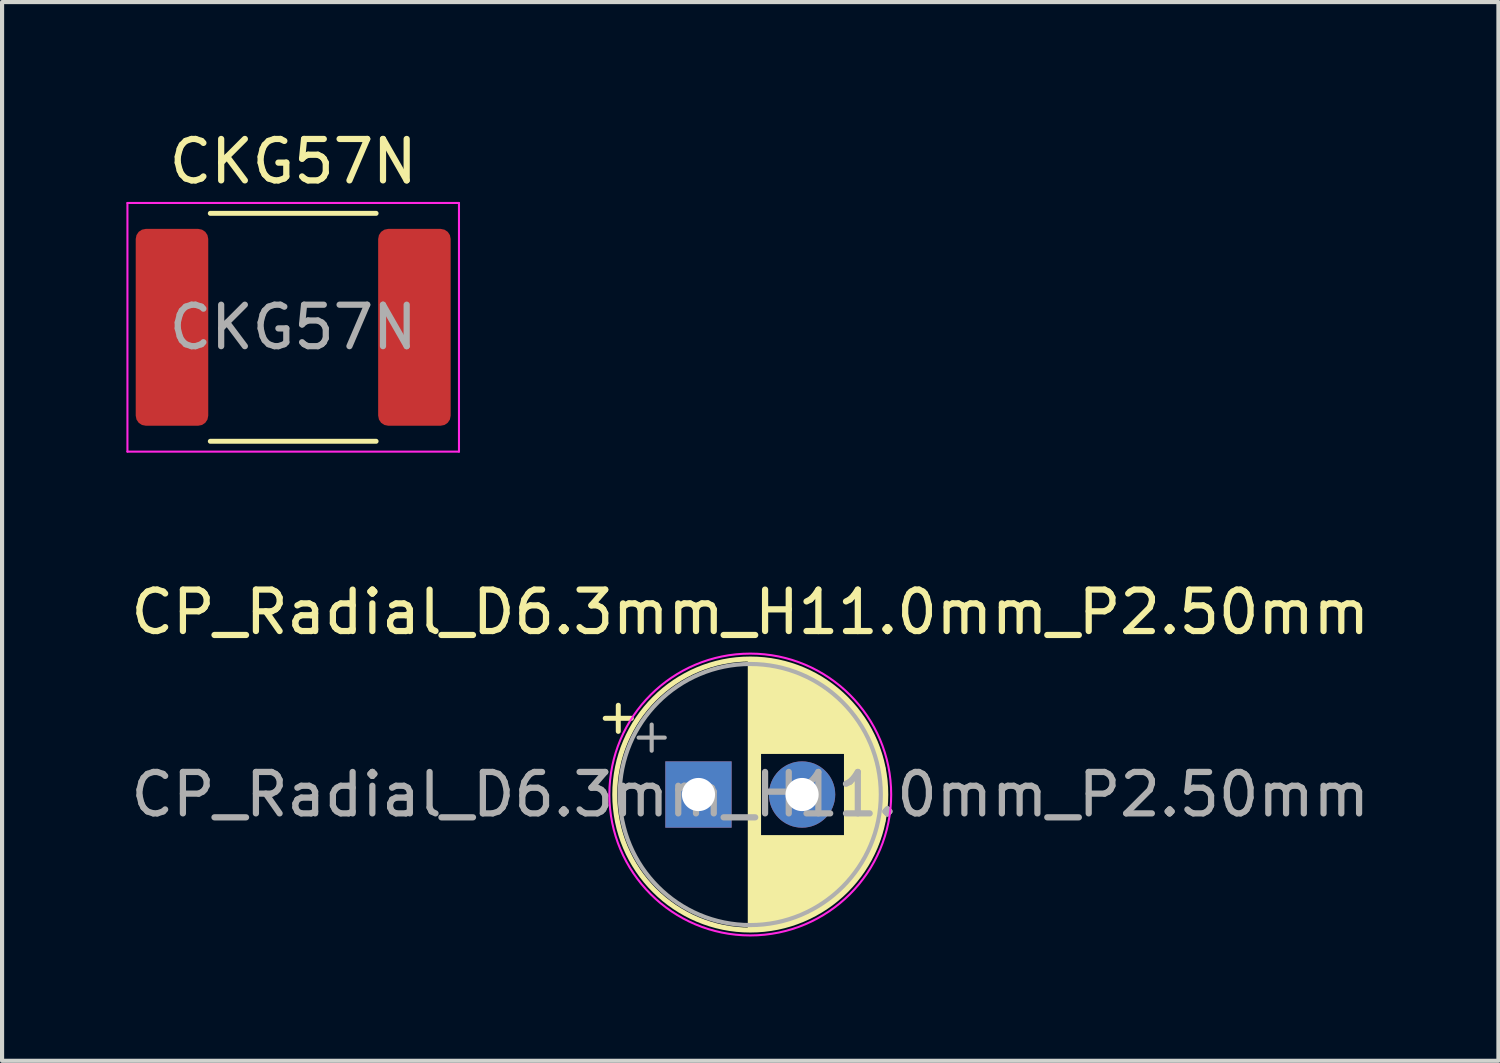
<source format=kicad_pcb>
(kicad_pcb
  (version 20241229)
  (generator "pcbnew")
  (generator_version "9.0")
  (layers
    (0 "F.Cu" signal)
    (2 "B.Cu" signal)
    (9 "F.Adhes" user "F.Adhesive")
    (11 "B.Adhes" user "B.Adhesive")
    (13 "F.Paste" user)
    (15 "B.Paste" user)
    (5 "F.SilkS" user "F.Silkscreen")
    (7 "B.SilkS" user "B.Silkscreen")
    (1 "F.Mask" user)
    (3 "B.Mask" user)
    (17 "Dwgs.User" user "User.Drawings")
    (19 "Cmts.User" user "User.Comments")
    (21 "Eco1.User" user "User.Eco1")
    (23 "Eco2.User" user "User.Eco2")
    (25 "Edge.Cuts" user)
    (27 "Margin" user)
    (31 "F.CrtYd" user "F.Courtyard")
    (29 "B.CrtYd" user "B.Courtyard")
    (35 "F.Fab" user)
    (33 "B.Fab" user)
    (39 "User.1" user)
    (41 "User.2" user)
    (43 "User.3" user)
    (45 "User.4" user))
  (footprint "CKG57N"
    (layer "F.Cu")
    (at 4.025 4.848)
    (property "Reference" "CKG57N" (at 0 -4 0) (layer "F.SilkS") (effects (font (size 1 1) (thickness 0.15))))
    (attr smd)
    (fp_line (start -2 -2.75) (end 2 -2.75) (stroke (width 0.12) (type solid)) (layer "F.SilkS"))
    (fp_line (start -2 2.75) (end 2 2.75) (stroke (width 0.12) (type solid)) (layer "F.SilkS"))
    (fp_line (start -4 -3) (end 4 -3) (stroke (width 0.05) (type solid)) (layer "F.CrtYd"))
    (fp_line (start -4 3) (end -4 -3) (stroke (width 0.05) (type solid)) (layer "F.CrtYd"))
    (fp_line (start 4 -3) (end 4 3) (stroke (width 0.05) (type solid)) (layer "F.CrtYd"))
    (fp_line (start 4 3) (end -4 3) (stroke (width 0.05) (type solid)) (layer "F.CrtYd"))
    (fp_text user "${REFERENCE}" (at 0 0 0) (layer "F.Fab") (effects (font (size 1 1) (thickness 0.15))))
    (pad "1" smd roundrect (at -2.925 0) (size 1.75 4.75) (layers "F.Cu" "F.Mask" "F.Paste") (roundrect_rratio 0.139))
    (pad "2" smd roundrect (at 2.925 0) (size 1.75 4.75) (layers "F.Cu" "F.Mask" "F.Paste") (roundrect_rratio 0.139)))
  (footprint "CP_Radial_D6.3mm_H11.0mm_P2.50mm"
    (layer "F.Cu")
    (at 15.054 16.122)
    (property "Reference" "CP_Radial_D6.3mm_H11.0mm_P2.50mm" (at 0 -4.4 0) (layer "F.SilkS") (effects (font (size 1 1) (thickness 0.15))))
    (attr through_hole)
    (fp_line (start -3.5 -1.839) (end -2.87 -1.839) (stroke (width 0.12) (type solid)) (layer "F.SilkS"))
    (fp_line (start -3.185 -2.154) (end -3.185 -1.524) (stroke (width 0.12) (type solid)) (layer "F.SilkS"))
    (fp_line (start 0 -3.23) (end 0 3.23) (stroke (width 0.12) (type solid)) (layer "F.SilkS"))
    (fp_line (start 0.04 -3.23) (end 0.04 3.23) (stroke (width 0.12) (type solid)) (layer "F.SilkS"))
    (fp_line (start 0.08 -3.23) (end 0.08 3.23) (stroke (width 0.12) (type solid)) (layer "F.SilkS"))
    (fp_line (start 0.12 -3.228) (end 0.12 3.228) (stroke (width 0.12) (type solid)) (layer "F.SilkS"))
    (fp_line (start 0.16 -3.227) (end 0.16 3.227) (stroke (width 0.12) (type solid)) (layer "F.SilkS"))
    (fp_line (start 0.2 -3.224) (end 0.2 3.224) (stroke (width 0.12) (type solid)) (layer "F.SilkS"))
    (fp_line (start 0.24 -3.222) (end 0.24 -1.04) (stroke (width 0.12) (type solid)) (layer "F.SilkS"))
    (fp_line (start 0.24 1.04) (end 0.24 3.222) (stroke (width 0.12) (type solid)) (layer "F.SilkS"))
    (fp_line (start 0.28 -3.218) (end 0.28 -1.04) (stroke (width 0.12) (type solid)) (layer "F.SilkS"))
    (fp_line (start 0.28 1.04) (end 0.28 3.218) (stroke (width 0.12) (type solid)) (layer "F.SilkS"))
    (fp_line (start 0.32 -3.215) (end 0.32 -1.04) (stroke (width 0.12) (type solid)) (layer "F.SilkS"))
    (fp_line (start 0.32 1.04) (end 0.32 3.215) (stroke (width 0.12) (type solid)) (layer "F.SilkS"))
    (fp_line (start 0.36 -3.211) (end 0.36 -1.04) (stroke (width 0.12) (type solid)) (layer "F.SilkS"))
    (fp_line (start 0.36 1.04) (end 0.36 3.211) (stroke (width 0.12) (type solid)) (layer "F.SilkS"))
    (fp_line (start 0.4 -3.206) (end 0.4 -1.04) (stroke (width 0.12) (type solid)) (layer "F.SilkS"))
    (fp_line (start 0.4 1.04) (end 0.4 3.206) (stroke (width 0.12) (type solid)) (layer "F.SilkS"))
    (fp_line (start 0.44 -3.201) (end 0.44 -1.04) (stroke (width 0.12) (type solid)) (layer "F.SilkS"))
    (fp_line (start 0.44 1.04) (end 0.44 3.201) (stroke (width 0.12) (type solid)) (layer "F.SilkS"))
    (fp_line (start 0.48 -3.195) (end 0.48 -1.04) (stroke (width 0.12) (type solid)) (layer "F.SilkS"))
    (fp_line (start 0.48 1.04) (end 0.48 3.195) (stroke (width 0.12) (type solid)) (layer "F.SilkS"))
    (fp_line (start 0.52 -3.189) (end 0.52 -1.04) (stroke (width 0.12) (type solid)) (layer "F.SilkS"))
    (fp_line (start 0.52 1.04) (end 0.52 3.189) (stroke (width 0.12) (type solid)) (layer "F.SilkS"))
    (fp_line (start 0.56 -3.182) (end 0.56 -1.04) (stroke (width 0.12) (type solid)) (layer "F.SilkS"))
    (fp_line (start 0.56 1.04) (end 0.56 3.182) (stroke (width 0.12) (type solid)) (layer "F.SilkS"))
    (fp_line (start 0.6 -3.175) (end 0.6 -1.04) (stroke (width 0.12) (type solid)) (layer "F.SilkS"))
    (fp_line (start 0.6 1.04) (end 0.6 3.175) (stroke (width 0.12) (type solid)) (layer "F.SilkS"))
    (fp_line (start 0.64 -3.167) (end 0.64 -1.04) (stroke (width 0.12) (type solid)) (layer "F.SilkS"))
    (fp_line (start 0.64 1.04) (end 0.64 3.167) (stroke (width 0.12) (type solid)) (layer "F.SilkS"))
    (fp_line (start 0.68 -3.159) (end 0.68 -1.04) (stroke (width 0.12) (type solid)) (layer "F.SilkS"))
    (fp_line (start 0.68 1.04) (end 0.68 3.159) (stroke (width 0.12) (type solid)) (layer "F.SilkS"))
    (fp_line (start 0.721 -3.15) (end 0.721 -1.04) (stroke (width 0.12) (type solid)) (layer "F.SilkS"))
    (fp_line (start 0.721 1.04) (end 0.721 3.15) (stroke (width 0.12) (type solid)) (layer "F.SilkS"))
    (fp_line (start 0.761 -3.141) (end 0.761 -1.04) (stroke (width 0.12) (type solid)) (layer "F.SilkS"))
    (fp_line (start 0.761 1.04) (end 0.761 3.141) (stroke (width 0.12) (type solid)) (layer "F.SilkS"))
    (fp_line (start 0.801 -3.131) (end 0.801 -1.04) (stroke (width 0.12) (type solid)) (layer "F.SilkS"))
    (fp_line (start 0.801 1.04) (end 0.801 3.131) (stroke (width 0.12) (type solid)) (layer "F.SilkS"))
    (fp_line (start 0.841 -3.121) (end 0.841 -1.04) (stroke (width 0.12) (type solid)) (layer "F.SilkS"))
    (fp_line (start 0.841 1.04) (end 0.841 3.121) (stroke (width 0.12) (type solid)) (layer "F.SilkS"))
    (fp_line (start 0.881 -3.11) (end 0.881 -1.04) (stroke (width 0.12) (type solid)) (layer "F.SilkS"))
    (fp_line (start 0.881 1.04) (end 0.881 3.11) (stroke (width 0.12) (type solid)) (layer "F.SilkS"))
    (fp_line (start 0.921 -3.098) (end 0.921 -1.04) (stroke (width 0.12) (type solid)) (layer "F.SilkS"))
    (fp_line (start 0.921 1.04) (end 0.921 3.098) (stroke (width 0.12) (type solid)) (layer "F.SilkS"))
    (fp_line (start 0.961 -3.086) (end 0.961 -1.04) (stroke (width 0.12) (type solid)) (layer "F.SilkS"))
    (fp_line (start 0.961 1.04) (end 0.961 3.086) (stroke (width 0.12) (type solid)) (layer "F.SilkS"))
    (fp_line (start 1.001 -3.074) (end 1.001 -1.04) (stroke (width 0.12) (type solid)) (layer "F.SilkS"))
    (fp_line (start 1.001 1.04) (end 1.001 3.074) (stroke (width 0.12) (type solid)) (layer "F.SilkS"))
    (fp_line (start 1.041 -3.061) (end 1.041 -1.04) (stroke (width 0.12) (type solid)) (layer "F.SilkS"))
    (fp_line (start 1.041 1.04) (end 1.041 3.061) (stroke (width 0.12) (type solid)) (layer "F.SilkS"))
    (fp_line (start 1.081 -3.047) (end 1.081 -1.04) (stroke (width 0.12) (type solid)) (layer "F.SilkS"))
    (fp_line (start 1.081 1.04) (end 1.081 3.047) (stroke (width 0.12) (type solid)) (layer "F.SilkS"))
    (fp_line (start 1.121 -3.033) (end 1.121 -1.04) (stroke (width 0.12) (type solid)) (layer "F.SilkS"))
    (fp_line (start 1.121 1.04) (end 1.121 3.033) (stroke (width 0.12) (type solid)) (layer "F.SilkS"))
    (fp_line (start 1.161 -3.018) (end 1.161 -1.04) (stroke (width 0.12) (type solid)) (layer "F.SilkS"))
    (fp_line (start 1.161 1.04) (end 1.161 3.018) (stroke (width 0.12) (type solid)) (layer "F.SilkS"))
    (fp_line (start 1.201 -3.002) (end 1.201 -1.04) (stroke (width 0.12) (type solid)) (layer "F.SilkS"))
    (fp_line (start 1.201 1.04) (end 1.201 3.002) (stroke (width 0.12) (type solid)) (layer "F.SilkS"))
    (fp_line (start 1.241 -2.986) (end 1.241 -1.04) (stroke (width 0.12) (type solid)) (layer "F.SilkS"))
    (fp_line (start 1.241 1.04) (end 1.241 2.986) (stroke (width 0.12) (type solid)) (layer "F.SilkS"))
    (fp_line (start 1.281 -2.97) (end 1.281 -1.04) (stroke (width 0.12) (type solid)) (layer "F.SilkS"))
    (fp_line (start 1.281 1.04) (end 1.281 2.97) (stroke (width 0.12) (type solid)) (layer "F.SilkS"))
    (fp_line (start 1.321 -2.952) (end 1.321 -1.04) (stroke (width 0.12) (type solid)) (layer "F.SilkS"))
    (fp_line (start 1.321 1.04) (end 1.321 2.952) (stroke (width 0.12) (type solid)) (layer "F.SilkS"))
    (fp_line (start 1.361 -2.934) (end 1.361 -1.04) (stroke (width 0.12) (type solid)) (layer "F.SilkS"))
    (fp_line (start 1.361 1.04) (end 1.361 2.934) (stroke (width 0.12) (type solid)) (layer "F.SilkS"))
    (fp_line (start 1.401 -2.916) (end 1.401 -1.04) (stroke (width 0.12) (type solid)) (layer "F.SilkS"))
    (fp_line (start 1.401 1.04) (end 1.401 2.916) (stroke (width 0.12) (type solid)) (layer "F.SilkS"))
    (fp_line (start 1.441 -2.896) (end 1.441 -1.04) (stroke (width 0.12) (type solid)) (layer "F.SilkS"))
    (fp_line (start 1.441 1.04) (end 1.441 2.896) (stroke (width 0.12) (type solid)) (layer "F.SilkS"))
    (fp_line (start 1.481 -2.876) (end 1.481 -1.04) (stroke (width 0.12) (type solid)) (layer "F.SilkS"))
    (fp_line (start 1.481 1.04) (end 1.481 2.876) (stroke (width 0.12) (type solid)) (layer "F.SilkS"))
    (fp_line (start 1.521 -2.856) (end 1.521 -1.04) (stroke (width 0.12) (type solid)) (layer "F.SilkS"))
    (fp_line (start 1.521 1.04) (end 1.521 2.856) (stroke (width 0.12) (type solid)) (layer "F.SilkS"))
    (fp_line (start 1.561 -2.834) (end 1.561 -1.04) (stroke (width 0.12) (type solid)) (layer "F.SilkS"))
    (fp_line (start 1.561 1.04) (end 1.561 2.834) (stroke (width 0.12) (type solid)) (layer "F.SilkS"))
    (fp_line (start 1.601 -2.812) (end 1.601 -1.04) (stroke (width 0.12) (type solid)) (layer "F.SilkS"))
    (fp_line (start 1.601 1.04) (end 1.601 2.812) (stroke (width 0.12) (type solid)) (layer "F.SilkS"))
    (fp_line (start 1.641 -2.79) (end 1.641 -1.04) (stroke (width 0.12) (type solid)) (layer "F.SilkS"))
    (fp_line (start 1.641 1.04) (end 1.641 2.79) (stroke (width 0.12) (type solid)) (layer "F.SilkS"))
    (fp_line (start 1.681 -2.766) (end 1.681 -1.04) (stroke (width 0.12) (type solid)) (layer "F.SilkS"))
    (fp_line (start 1.681 1.04) (end 1.681 2.766) (stroke (width 0.12) (type solid)) (layer "F.SilkS"))
    (fp_line (start 1.721 -2.742) (end 1.721 -1.04) (stroke (width 0.12) (type solid)) (layer "F.SilkS"))
    (fp_line (start 1.721 1.04) (end 1.721 2.742) (stroke (width 0.12) (type solid)) (layer "F.SilkS"))
    (fp_line (start 1.761 -2.716) (end 1.761 -1.04) (stroke (width 0.12) (type solid)) (layer "F.SilkS"))
    (fp_line (start 1.761 1.04) (end 1.761 2.716) (stroke (width 0.12) (type solid)) (layer "F.SilkS"))
    (fp_line (start 1.801 -2.69) (end 1.801 -1.04) (stroke (width 0.12) (type solid)) (layer "F.SilkS"))
    (fp_line (start 1.801 1.04) (end 1.801 2.69) (stroke (width 0.12) (type solid)) (layer "F.SilkS"))
    (fp_line (start 1.841 -2.664) (end 1.841 -1.04) (stroke (width 0.12) (type solid)) (layer "F.SilkS"))
    (fp_line (start 1.841 1.04) (end 1.841 2.664) (stroke (width 0.12) (type solid)) (layer "F.SilkS"))
    (fp_line (start 1.881 -2.636) (end 1.881 -1.04) (stroke (width 0.12) (type solid)) (layer "F.SilkS"))
    (fp_line (start 1.881 1.04) (end 1.881 2.636) (stroke (width 0.12) (type solid)) (layer "F.SilkS"))
    (fp_line (start 1.921 -2.607) (end 1.921 -1.04) (stroke (width 0.12) (type solid)) (layer "F.SilkS"))
    (fp_line (start 1.921 1.04) (end 1.921 2.607) (stroke (width 0.12) (type solid)) (layer "F.SilkS"))
    (fp_line (start 1.961 -2.578) (end 1.961 -1.04) (stroke (width 0.12) (type solid)) (layer "F.SilkS"))
    (fp_line (start 1.961 1.04) (end 1.961 2.578) (stroke (width 0.12) (type solid)) (layer "F.SilkS"))
    (fp_line (start 2.001 -2.548) (end 2.001 -1.04) (stroke (width 0.12) (type solid)) (layer "F.SilkS"))
    (fp_line (start 2.001 1.04) (end 2.001 2.548) (stroke (width 0.12) (type solid)) (layer "F.SilkS"))
    (fp_line (start 2.041 -2.516) (end 2.041 -1.04) (stroke (width 0.12) (type solid)) (layer "F.SilkS"))
    (fp_line (start 2.041 1.04) (end 2.041 2.516) (stroke (width 0.12) (type solid)) (layer "F.SilkS"))
    (fp_line (start 2.081 -2.484) (end 2.081 -1.04) (stroke (width 0.12) (type solid)) (layer "F.SilkS"))
    (fp_line (start 2.081 1.04) (end 2.081 2.484) (stroke (width 0.12) (type solid)) (layer "F.SilkS"))
    (fp_line (start 2.121 -2.45) (end 2.121 -1.04) (stroke (width 0.12) (type solid)) (layer "F.SilkS"))
    (fp_line (start 2.121 1.04) (end 2.121 2.45) (stroke (width 0.12) (type solid)) (layer "F.SilkS"))
    (fp_line (start 2.161 -2.416) (end 2.161 -1.04) (stroke (width 0.12) (type solid)) (layer "F.SilkS"))
    (fp_line (start 2.161 1.04) (end 2.161 2.416) (stroke (width 0.12) (type solid)) (layer "F.SilkS"))
    (fp_line (start 2.201 -2.38) (end 2.201 -1.04) (stroke (width 0.12) (type solid)) (layer "F.SilkS"))
    (fp_line (start 2.201 1.04) (end 2.201 2.38) (stroke (width 0.12) (type solid)) (layer "F.SilkS"))
    (fp_line (start 2.241 -2.343) (end 2.241 -1.04) (stroke (width 0.12) (type solid)) (layer "F.SilkS"))
    (fp_line (start 2.241 1.04) (end 2.241 2.343) (stroke (width 0.12) (type solid)) (layer "F.SilkS"))
    (fp_line (start 2.281 -2.305) (end 2.281 -1.04) (stroke (width 0.12) (type solid)) (layer "F.SilkS"))
    (fp_line (start 2.281 1.04) (end 2.281 2.305) (stroke (width 0.12) (type solid)) (layer "F.SilkS"))
    (fp_line (start 2.321 -2.265) (end 2.321 2.265) (stroke (width 0.12) (type solid)) (layer "F.SilkS"))
    (fp_line (start 2.361 -2.224) (end 2.361 2.224) (stroke (width 0.12) (type solid)) (layer "F.SilkS"))
    (fp_line (start 2.401 -2.182) (end 2.401 2.182) (stroke (width 0.12) (type solid)) (layer "F.SilkS"))
    (fp_line (start 2.441 -2.137) (end 2.441 2.137) (stroke (width 0.12) (type solid)) (layer "F.SilkS"))
    (fp_line (start 2.481 -2.092) (end 2.481 2.092) (stroke (width 0.12) (type solid)) (layer "F.SilkS"))
    (fp_line (start 2.521 -2.044) (end 2.521 2.044) (stroke (width 0.12) (type solid)) (layer "F.SilkS"))
    (fp_line (start 2.561 -1.995) (end 2.561 1.995) (stroke (width 0.12) (type solid)) (layer "F.SilkS"))
    (fp_line (start 2.601 -1.944) (end 2.601 1.944) (stroke (width 0.12) (type solid)) (layer "F.SilkS"))
    (fp_line (start 2.641 -1.89) (end 2.641 1.89) (stroke (width 0.12) (type solid)) (layer "F.SilkS"))
    (fp_line (start 2.681 -1.834) (end 2.681 1.834) (stroke (width 0.12) (type solid)) (layer "F.SilkS"))
    (fp_line (start 2.721 -1.776) (end 2.721 1.776) (stroke (width 0.12) (type solid)) (layer "F.SilkS"))
    (fp_line (start 2.761 -1.714) (end 2.761 1.714) (stroke (width 0.12) (type solid)) (layer "F.SilkS"))
    (fp_line (start 2.801 -1.65) (end 2.801 1.65) (stroke (width 0.12) (type solid)) (layer "F.SilkS"))
    (fp_line (start 2.841 -1.581) (end 2.841 1.581) (stroke (width 0.12) (type solid)) (layer "F.SilkS"))
    (fp_line (start 2.881 -1.509) (end 2.881 1.509) (stroke (width 0.12) (type solid)) (layer "F.SilkS"))
    (fp_line (start 2.921 -1.432) (end 2.921 1.432) (stroke (width 0.12) (type solid)) (layer "F.SilkS"))
    (fp_line (start 2.961 -1.35) (end 2.961 1.35) (stroke (width 0.12) (type solid)) (layer "F.SilkS"))
    (fp_line (start 3.001 -1.262) (end 3.001 1.262) (stroke (width 0.12) (type solid)) (layer "F.SilkS"))
    (fp_line (start 3.041 -1.165) (end 3.041 1.165) (stroke (width 0.12) (type solid)) (layer "F.SilkS"))
    (fp_line (start 3.081 -1.059) (end 3.081 1.059) (stroke (width 0.12) (type solid)) (layer "F.SilkS"))
    (fp_line (start 3.121 -0.94) (end 3.121 0.94) (stroke (width 0.12) (type solid)) (layer "F.SilkS"))
    (fp_line (start 3.161 -0.802) (end 3.161 0.802) (stroke (width 0.12) (type solid)) (layer "F.SilkS"))
    (fp_line (start 3.201 -0.633) (end 3.201 0.633) (stroke (width 0.12) (type solid)) (layer "F.SilkS"))
    (fp_line (start 3.241 -0.402) (end 3.241 0.402) (stroke (width 0.12) (type solid)) (layer "F.SilkS"))
    (fp_circle (center 0 0) (end 3.27 0) (stroke (width 0.12) (type solid)) (fill no) (layer "F.SilkS"))
    (fp_circle (center 0 0) (end 3.4 0) (stroke (width 0.05) (type solid)) (fill no) (layer "F.CrtYd"))
    (fp_line (start -2.694 -1.373) (end -2.064 -1.373) (stroke (width 0.1) (type solid)) (layer "F.Fab"))
    (fp_line (start -2.379 -1.688) (end -2.379 -1.058) (stroke (width 0.1) (type solid)) (layer "F.Fab"))
    (fp_circle (center 0 0) (end 3.15 0) (stroke (width 0.1) (type solid)) (fill no) (layer "F.Fab"))
    (fp_text user "${REFERENCE}" (at 0 0 0) (layer "F.Fab") (effects (font (size 1 1) (thickness 0.15))))
    (pad "1" thru_hole rect (at -1.25 0) (size 1.6 1.6) (drill 0.8) (layers "*.Cu" "*.Mask"))
    (pad "2" thru_hole circle (at 1.25 0) (size 1.6 1.6) (drill 0.8) (layers "*.Cu" "*.Mask")))
  (gr_rect
    (start -3 -3)
    (end 33.107 22.547)
    (stroke (width 0.1) (type default))
    (fill no)
    (layer "Edge.Cuts")))
</source>
